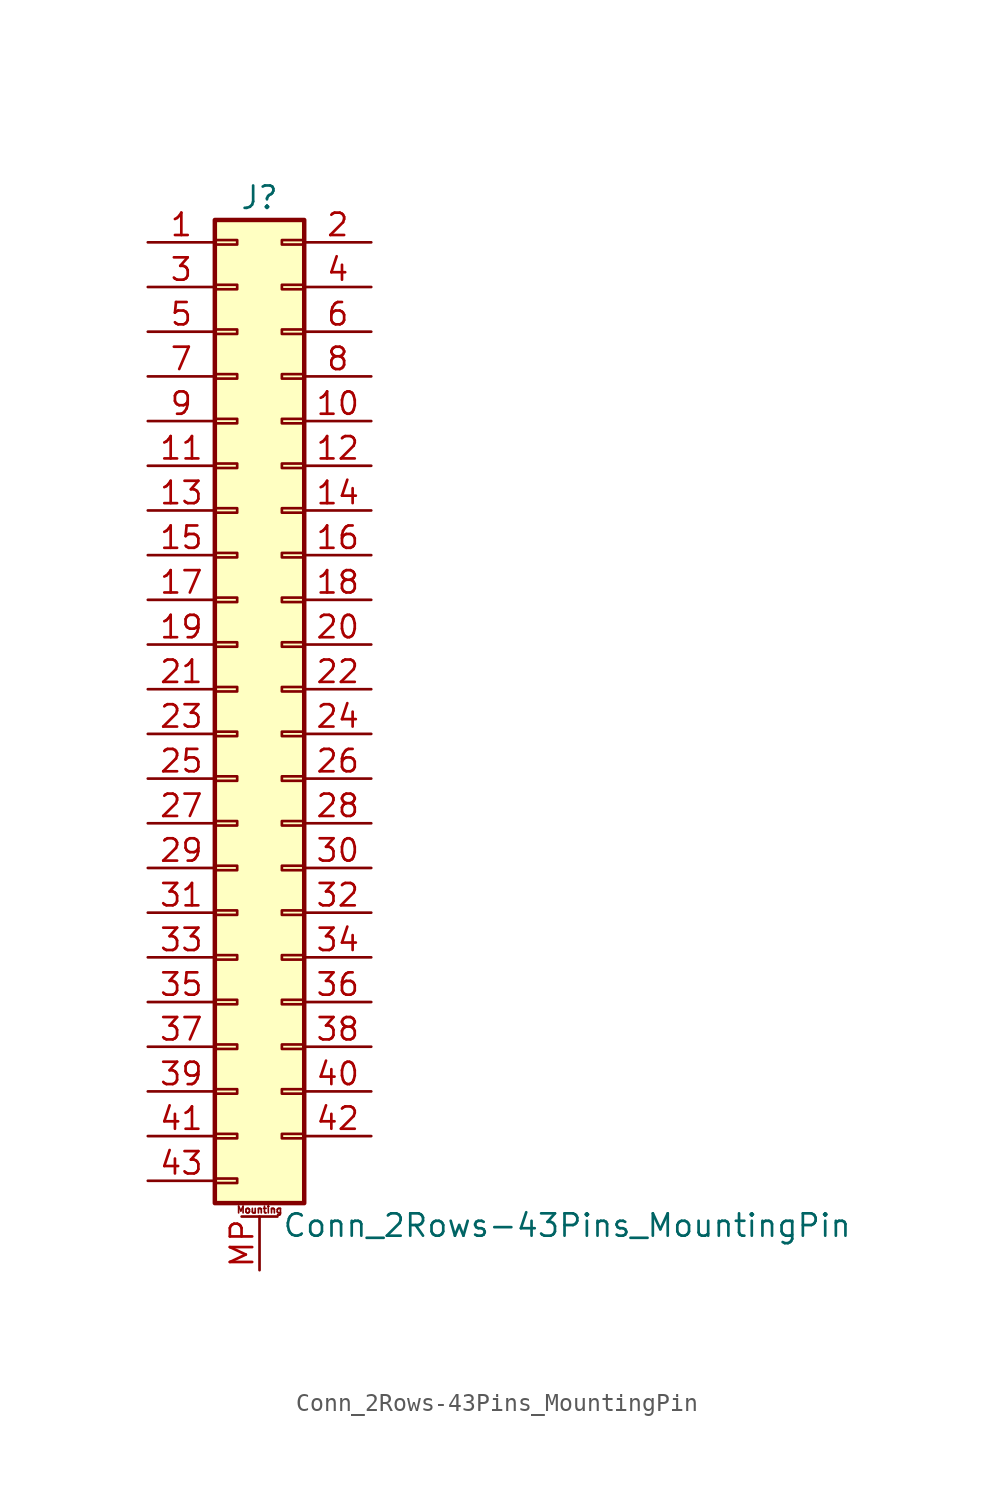
<source format=kicad_sym>
(kicad_symbol_lib
  (version 20201005)
  (generator kicad_symbol_editor)
  (symbol "Conn_2Rows-43Pins_MountingPin"
    (pin_names
      (offset 1.016) hide)
    (property "Reference" "J"
      (at 1.27 27.94 0)
      (effects (font (size 1.27 1.27))))
    (property "Value" "Conn_2Rows-43Pins_MountingPin"
      (at 2.54 -30.48 0)
      (effects (font (size 1.27 1.27)) (justify left)))
    (symbol "Conn_2Rows-43Pins_MountingPin_1_1"
      (text "Mounting" (at 1.27 -29.591 0) (effects (font (size 0.381 0.381))))
      (rectangle (start -1.27 -27.813) (end 0 -28.067) (stroke (width 0.152)) (fill (type none)))
      (rectangle (start -1.27 -25.273) (end 0 -25.527) (stroke (width 0.152)) (fill (type none)))
      (rectangle (start -1.27 -22.733) (end 0 -22.987) (stroke (width 0.152)) (fill (type none)))
      (rectangle (start -1.27 -20.193) (end 0 -20.447) (stroke (width 0.152)) (fill (type none)))
      (rectangle (start -1.27 -17.653) (end 0 -17.907) (stroke (width 0.152)) (fill (type none)))
      (rectangle (start -1.27 -15.113) (end 0 -15.367) (stroke (width 0.152)) (fill (type none)))
      (rectangle (start -1.27 -12.573) (end 0 -12.827) (stroke (width 0.152)) (fill (type none)))
      (rectangle (start -1.27 -10.033) (end 0 -10.287) (stroke (width 0.152)) (fill (type none)))
      (rectangle (start -1.27 -7.493) (end 0 -7.747) (stroke (width 0.152)) (fill (type none)))
      (rectangle (start -1.27 -4.953) (end 0 -5.207) (stroke (width 0.152)) (fill (type none)))
      (rectangle (start -1.27 -2.413) (end 0 -2.667) (stroke (width 0.152)) (fill (type none)))
      (rectangle (start -1.27 0.127) (end 0 -0.127) (stroke (width 0.152)) (fill (type none)))
      (rectangle (start -1.27 2.667) (end 0 2.413) (stroke (width 0.152)) (fill (type none)))
      (rectangle (start -1.27 5.207) (end 0 4.953) (stroke (width 0.152)) (fill (type none)))
      (rectangle (start -1.27 7.747) (end 0 7.493) (stroke (width 0.152)) (fill (type none)))
      (rectangle (start -1.27 10.287) (end 0 10.033) (stroke (width 0.152)) (fill (type none)))
      (rectangle (start -1.27 12.827) (end 0 12.573) (stroke (width 0.152)) (fill (type none)))
      (rectangle (start -1.27 15.367) (end 0 15.113) (stroke (width 0.152)) (fill (type none)))
      (rectangle (start -1.27 17.907) (end 0 17.653) (stroke (width 0.152)) (fill (type none)))
      (rectangle (start -1.27 20.447) (end 0 20.193) (stroke (width 0.152)) (fill (type none)))
      (rectangle (start -1.27 22.987) (end 0 22.733) (stroke (width 0.152)) (fill (type none)))
      (rectangle (start -1.27 25.527) (end 0 25.273) (stroke (width 0.152)) (fill (type none)))
      (rectangle (start 3.81 -25.273) (end 2.54 -25.527) (stroke (width 0.152)) (fill (type none)))
      (rectangle (start 3.81 -22.733) (end 2.54 -22.987) (stroke (width 0.152)) (fill (type none)))
      (rectangle (start 3.81 -20.193) (end 2.54 -20.447) (stroke (width 0.152)) (fill (type none)))
      (rectangle (start 3.81 -17.653) (end 2.54 -17.907) (stroke (width 0.152)) (fill (type none)))
      (rectangle (start 3.81 -15.113) (end 2.54 -15.367) (stroke (width 0.152)) (fill (type none)))
      (rectangle (start 3.81 -12.573) (end 2.54 -12.827) (stroke (width 0.152)) (fill (type none)))
      (rectangle (start 3.81 -10.033) (end 2.54 -10.287) (stroke (width 0.152)) (fill (type none)))
      (rectangle (start 3.81 -7.493) (end 2.54 -7.747) (stroke (width 0.152)) (fill (type none)))
      (rectangle (start 3.81 -4.953) (end 2.54 -5.207) (stroke (width 0.152)) (fill (type none)))
      (rectangle (start 3.81 -2.413) (end 2.54 -2.667) (stroke (width 0.152)) (fill (type none)))
      (rectangle (start 3.81 0.127) (end 2.54 -0.127) (stroke (width 0.152)) (fill (type none)))
      (rectangle (start 3.81 2.667) (end 2.54 2.413) (stroke (width 0.152)) (fill (type none)))
      (rectangle (start 3.81 5.207) (end 2.54 4.953) (stroke (width 0.152)) (fill (type none)))
      (rectangle (start 3.81 7.747) (end 2.54 7.493) (stroke (width 0.152)) (fill (type none)))
      (rectangle (start 3.81 10.287) (end 2.54 10.033) (stroke (width 0.152)) (fill (type none)))
      (rectangle (start 3.81 12.827) (end 2.54 12.573) (stroke (width 0.152)) (fill (type none)))
      (rectangle (start 3.81 15.367) (end 2.54 15.113) (stroke (width 0.152)) (fill (type none)))
      (rectangle (start 3.81 17.907) (end 2.54 17.653) (stroke (width 0.152)) (fill (type none)))
      (rectangle (start 3.81 20.447) (end 2.54 20.193) (stroke (width 0.152)) (fill (type none)))
      (rectangle (start 3.81 22.987) (end 2.54 22.733) (stroke (width 0.152)) (fill (type none)))
      (rectangle (start 3.81 25.527) (end 2.54 25.273) (stroke (width 0.152)) (fill (type none)))
      (rectangle (start -1.27 26.67) (end 3.81 -29.21) (stroke (width 0.254)) (fill (type background)))
      (polyline (pts (xy 0.254 -29.972) (xy 2.286 -29.972)) (stroke (width 0.152)) (fill (type none)))
      (pin passive line (at -5.08 25.4 0) (length 3.81) (name "Pin_1" (effects (font (size 1.27 1.27)))) (number "1" (effects (font (size 1.27 1.27)))))
      (pin passive line (at 7.62 15.24 180) (length 3.81) (name "Pin_10" (effects (font (size 1.27 1.27)))) (number "10" (effects (font (size 1.27 1.27)))))
      (pin passive line (at -5.08 12.7 0) (length 3.81) (name "Pin_11" (effects (font (size 1.27 1.27)))) (number "11" (effects (font (size 1.27 1.27)))))
      (pin passive line (at 7.62 12.7 180) (length 3.81) (name "Pin_12" (effects (font (size 1.27 1.27)))) (number "12" (effects (font (size 1.27 1.27)))))
      (pin passive line (at -5.08 10.16 0) (length 3.81) (name "Pin_13" (effects (font (size 1.27 1.27)))) (number "13" (effects (font (size 1.27 1.27)))))
      (pin passive line (at 7.62 10.16 180) (length 3.81) (name "Pin_14" (effects (font (size 1.27 1.27)))) (number "14" (effects (font (size 1.27 1.27)))))
      (pin passive line (at -5.08 7.62 0) (length 3.81) (name "Pin_15" (effects (font (size 1.27 1.27)))) (number "15" (effects (font (size 1.27 1.27)))))
      (pin passive line (at 7.62 7.62 180) (length 3.81) (name "Pin_16" (effects (font (size 1.27 1.27)))) (number "16" (effects (font (size 1.27 1.27)))))
      (pin passive line (at -5.08 5.08 0) (length 3.81) (name "Pin_17" (effects (font (size 1.27 1.27)))) (number "17" (effects (font (size 1.27 1.27)))))
      (pin passive line (at 7.62 5.08 180) (length 3.81) (name "Pin_18" (effects (font (size 1.27 1.27)))) (number "18" (effects (font (size 1.27 1.27)))))
      (pin passive line (at -5.08 2.54 0) (length 3.81) (name "Pin_19" (effects (font (size 1.27 1.27)))) (number "19" (effects (font (size 1.27 1.27)))))
      (pin passive line (at 7.62 25.4 180) (length 3.81) (name "Pin_2" (effects (font (size 1.27 1.27)))) (number "2" (effects (font (size 1.27 1.27)))))
      (pin passive line (at 7.62 2.54 180) (length 3.81) (name "Pin_20" (effects (font (size 1.27 1.27)))) (number "20" (effects (font (size 1.27 1.27)))))
      (pin passive line (at -5.08 0 0) (length 3.81) (name "Pin_21" (effects (font (size 1.27 1.27)))) (number "21" (effects (font (size 1.27 1.27)))))
      (pin passive line (at 7.62 0 180) (length 3.81) (name "Pin_22" (effects (font (size 1.27 1.27)))) (number "22" (effects (font (size 1.27 1.27)))))
      (pin passive line (at -5.08 -2.54 0) (length 3.81) (name "Pin_23" (effects (font (size 1.27 1.27)))) (number "23" (effects (font (size 1.27 1.27)))))
      (pin passive line (at 7.62 -2.54 180) (length 3.81) (name "Pin_24" (effects (font (size 1.27 1.27)))) (number "24" (effects (font (size 1.27 1.27)))))
      (pin passive line (at -5.08 -5.08 0) (length 3.81) (name "Pin_25" (effects (font (size 1.27 1.27)))) (number "25" (effects (font (size 1.27 1.27)))))
      (pin passive line (at 7.62 -5.08 180) (length 3.81) (name "Pin_26" (effects (font (size 1.27 1.27)))) (number "26" (effects (font (size 1.27 1.27)))))
      (pin passive line (at -5.08 -7.62 0) (length 3.81) (name "Pin_27" (effects (font (size 1.27 1.27)))) (number "27" (effects (font (size 1.27 1.27)))))
      (pin passive line (at 7.62 -7.62 180) (length 3.81) (name "Pin_28" (effects (font (size 1.27 1.27)))) (number "28" (effects (font (size 1.27 1.27)))))
      (pin passive line (at -5.08 -10.16 0) (length 3.81) (name "Pin_29" (effects (font (size 1.27 1.27)))) (number "29" (effects (font (size 1.27 1.27)))))
      (pin passive line (at -5.08 22.86 0) (length 3.81) (name "Pin_3" (effects (font (size 1.27 1.27)))) (number "3" (effects (font (size 1.27 1.27)))))
      (pin passive line (at 7.62 -10.16 180) (length 3.81) (name "Pin_30" (effects (font (size 1.27 1.27)))) (number "30" (effects (font (size 1.27 1.27)))))
      (pin passive line (at -5.08 -12.7 0) (length 3.81) (name "Pin_31" (effects (font (size 1.27 1.27)))) (number "31" (effects (font (size 1.27 1.27)))))
      (pin passive line (at 7.62 -12.7 180) (length 3.81) (name "Pin_32" (effects (font (size 1.27 1.27)))) (number "32" (effects (font (size 1.27 1.27)))))
      (pin passive line (at -5.08 -15.24 0) (length 3.81) (name "Pin_33" (effects (font (size 1.27 1.27)))) (number "33" (effects (font (size 1.27 1.27)))))
      (pin passive line (at 7.62 -15.24 180) (length 3.81) (name "Pin_34" (effects (font (size 1.27 1.27)))) (number "34" (effects (font (size 1.27 1.27)))))
      (pin passive line (at -5.08 -17.78 0) (length 3.81) (name "Pin_35" (effects (font (size 1.27 1.27)))) (number "35" (effects (font (size 1.27 1.27)))))
      (pin passive line (at 7.62 -17.78 180) (length 3.81) (name "Pin_36" (effects (font (size 1.27 1.27)))) (number "36" (effects (font (size 1.27 1.27)))))
      (pin passive line (at -5.08 -20.32 0) (length 3.81) (name "Pin_37" (effects (font (size 1.27 1.27)))) (number "37" (effects (font (size 1.27 1.27)))))
      (pin passive line (at 7.62 -20.32 180) (length 3.81) (name "Pin_38" (effects (font (size 1.27 1.27)))) (number "38" (effects (font (size 1.27 1.27)))))
      (pin passive line (at -5.08 -22.86 0) (length 3.81) (name "Pin_39" (effects (font (size 1.27 1.27)))) (number "39" (effects (font (size 1.27 1.27)))))
      (pin passive line (at 7.62 22.86 180) (length 3.81) (name "Pin_4" (effects (font (size 1.27 1.27)))) (number "4" (effects (font (size 1.27 1.27)))))
      (pin passive line (at 7.62 -22.86 180) (length 3.81) (name "Pin_40" (effects (font (size 1.27 1.27)))) (number "40" (effects (font (size 1.27 1.27)))))
      (pin passive line (at -5.08 -25.4 0) (length 3.81) (name "Pin_41" (effects (font (size 1.27 1.27)))) (number "41" (effects (font (size 1.27 1.27)))))
      (pin passive line (at 7.62 -25.4 180) (length 3.81) (name "Pin_42" (effects (font (size 1.27 1.27)))) (number "42" (effects (font (size 1.27 1.27)))))
      (pin passive line (at -5.08 -27.94 0) (length 3.81) (name "Pin_43" (effects (font (size 1.27 1.27)))) (number "43" (effects (font (size 1.27 1.27)))))
      (pin passive line (at -5.08 20.32 0) (length 3.81) (name "Pin_5" (effects (font (size 1.27 1.27)))) (number "5" (effects (font (size 1.27 1.27)))))
      (pin passive line (at 7.62 20.32 180) (length 3.81) (name "Pin_6" (effects (font (size 1.27 1.27)))) (number "6" (effects (font (size 1.27 1.27)))))
      (pin passive line (at -5.08 17.78 0) (length 3.81) (name "Pin_7" (effects (font (size 1.27 1.27)))) (number "7" (effects (font (size 1.27 1.27)))))
      (pin passive line (at 7.62 17.78 180) (length 3.81) (name "Pin_8" (effects (font (size 1.27 1.27)))) (number "8" (effects (font (size 1.27 1.27)))))
      (pin passive line (at -5.08 15.24 0) (length 3.81) (name "Pin_9" (effects (font (size 1.27 1.27)))) (number "9" (effects (font (size 1.27 1.27)))))
      (pin passive line (at 1.27 -33.02 90) (length 3.048) (name "MountPin" (effects (font (size 1.27 1.27)))) (number "MP" (effects (font (size 1.27 1.27))))))))
</source>
